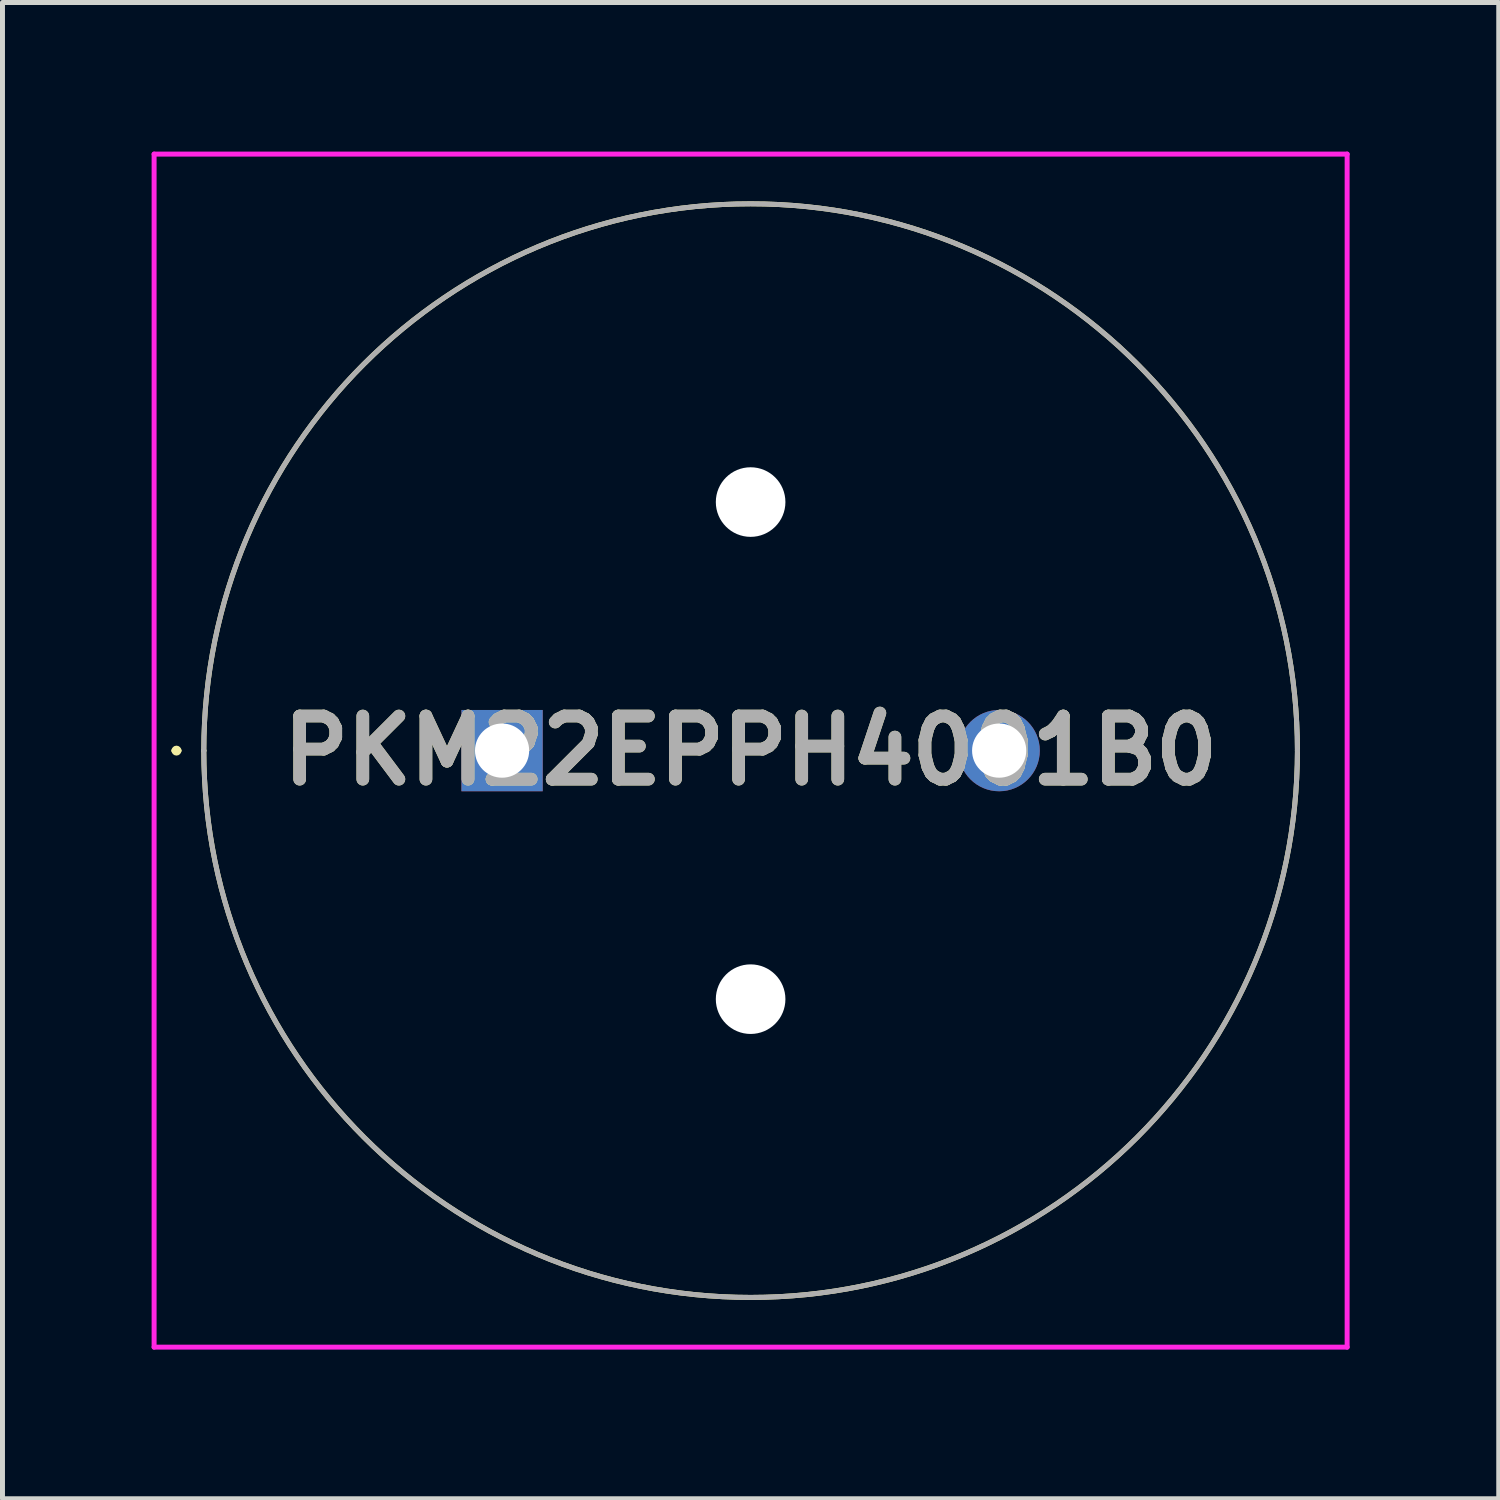
<source format=kicad_pcb>
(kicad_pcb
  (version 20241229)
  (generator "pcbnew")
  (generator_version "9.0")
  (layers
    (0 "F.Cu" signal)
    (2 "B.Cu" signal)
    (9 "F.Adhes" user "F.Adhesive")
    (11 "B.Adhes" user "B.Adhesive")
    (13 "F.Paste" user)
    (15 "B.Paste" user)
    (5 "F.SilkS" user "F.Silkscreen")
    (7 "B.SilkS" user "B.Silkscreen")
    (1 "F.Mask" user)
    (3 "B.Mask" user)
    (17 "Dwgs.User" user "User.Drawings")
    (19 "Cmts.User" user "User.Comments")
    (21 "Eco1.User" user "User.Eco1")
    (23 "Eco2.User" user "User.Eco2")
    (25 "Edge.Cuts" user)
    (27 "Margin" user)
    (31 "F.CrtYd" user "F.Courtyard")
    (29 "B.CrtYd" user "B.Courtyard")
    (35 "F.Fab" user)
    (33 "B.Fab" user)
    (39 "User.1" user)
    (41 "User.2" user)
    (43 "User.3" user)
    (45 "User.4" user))
  (footprint "PKM22EPPH4001B0"
    (layer "F.Cu")
    (at 7.05 12.05)
    (property "Reference" "PKM22EPPH4001B0" (at 5 0 0) (layer "F.SilkS") (effects (font (size 1.27 1.27) (thickness 0.254))))
    (attr through_hole)
    (fp_line (start -6.6 0) (end -6.6 0) (stroke (width 0.1) (type solid)) (layer "F.SilkS"))
    (fp_line (start -6.5 0) (end -6.5 0) (stroke (width 0.1) (type solid)) (layer "F.SilkS"))
    (fp_line (start -6 0) (end -6 0) (stroke (width 0.1) (type solid)) (layer "F.SilkS"))
    (fp_line (start 16 0) (end 16 0) (stroke (width 0.1) (type solid)) (layer "F.SilkS"))
    (fp_arc (start -6.6 0) (mid -6.55 -0.05) (end -6.5 0) (stroke (width 0.1) (type solid)) (layer "F.SilkS"))
    (fp_arc (start -6.5 0) (mid -6.55 0.05) (end -6.6 0) (stroke (width 0.1) (type solid)) (layer "F.SilkS"))
    (fp_arc (start -6 0) (mid 5 -11) (end 16 0) (stroke (width 0.1) (type solid)) (layer "F.SilkS"))
    (fp_arc (start 16 0) (mid 5 11) (end -6 0) (stroke (width 0.1) (type solid)) (layer "F.SilkS"))
    (fp_line (start -7 -12) (end 17 -12) (stroke (width 0.1) (type solid)) (layer "F.CrtYd"))
    (fp_line (start -7 12) (end -7 -12) (stroke (width 0.1) (type solid)) (layer "F.CrtYd"))
    (fp_line (start 17 -12) (end 17 12) (stroke (width 0.1) (type solid)) (layer "F.CrtYd"))
    (fp_line (start 17 12) (end -7 12) (stroke (width 0.1) (type solid)) (layer "F.CrtYd"))
    (fp_line (start -6 0) (end -6 0) (stroke (width 0.1) (type solid)) (layer "F.Fab"))
    (fp_line (start 16 0) (end 16 0) (stroke (width 0.1) (type solid)) (layer "F.Fab"))
    (fp_arc (start -6 0) (mid 5 -11) (end 16 0) (stroke (width 0.1) (type solid)) (layer "F.Fab"))
    (fp_arc (start 16 0) (mid 5 11) (end -6 0) (stroke (width 0.1) (type solid)) (layer "F.Fab"))
    (fp_text user "${REFERENCE}" (at 5 0 0) (layer "F.Fab") (effects (font (size 1.27 1.27) (thickness 0.254))))
    (pad "" np_thru_hole circle (at 5 -5) (size 1.4 1.4) (drill 1.4) (layers "*.Cu" "*.Mask"))
    (pad "" np_thru_hole circle (at 5 5) (size 1.4 1.4) (drill 1.4) (layers "*.Cu" "*.Mask"))
    (pad "1" thru_hole rect (at 0 0) (size 1.635 1.635) (drill 1.09) (layers "*.Cu" "*.Mask"))
    (pad "2" thru_hole circle (at 10 0) (size 1.635 1.635) (drill 1.09) (layers "*.Cu" "*.Mask")))
  (gr_rect
    (start -3 -3)
    (end 27.1 27.1)
    (stroke (width 0.1) (type default))
    (fill no)
    (layer "Edge.Cuts")))
</source>
